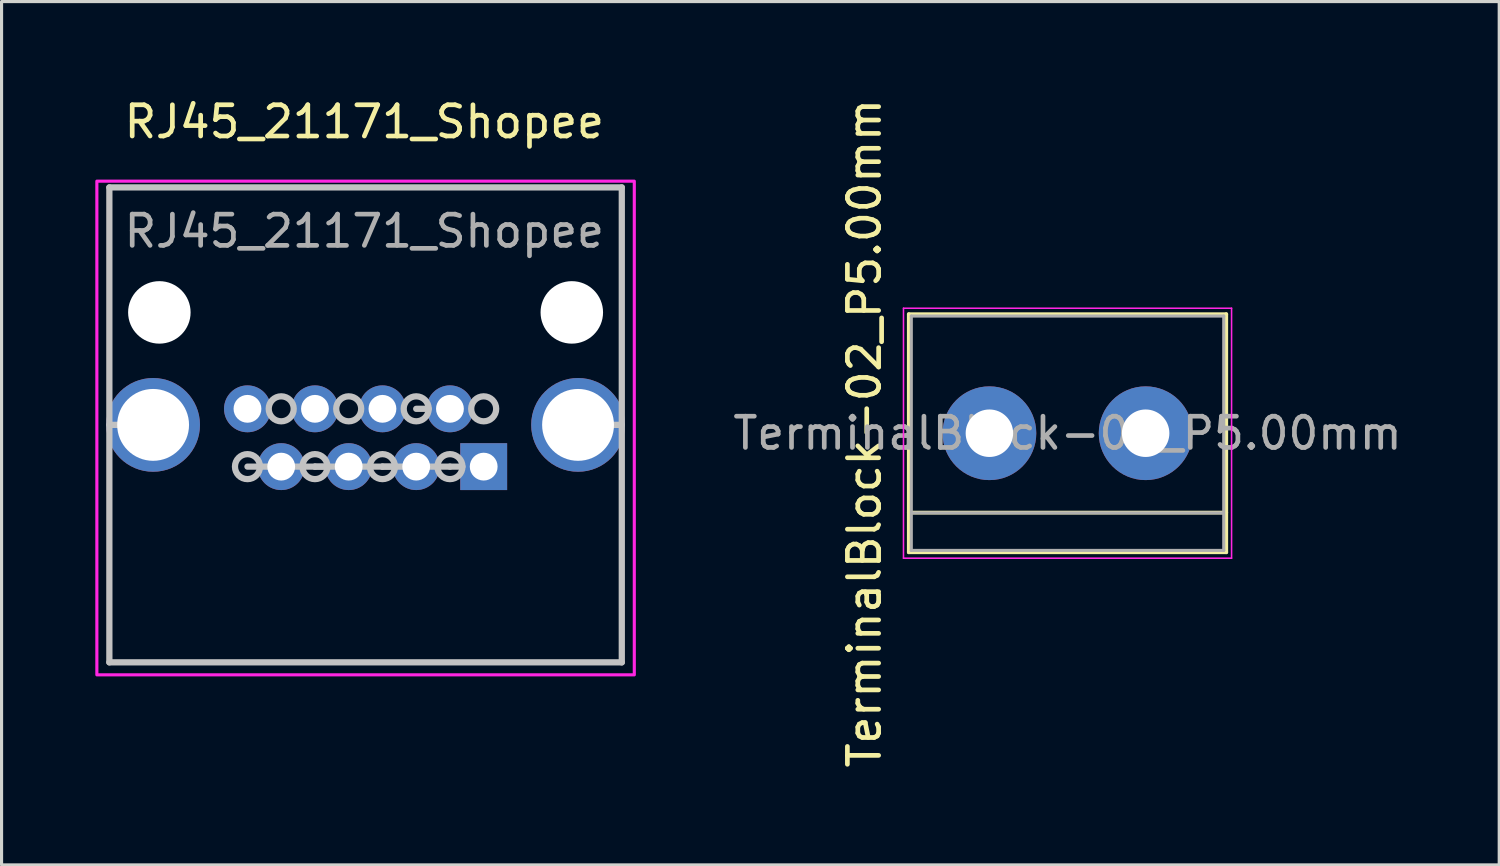
<source format=kicad_pcb>
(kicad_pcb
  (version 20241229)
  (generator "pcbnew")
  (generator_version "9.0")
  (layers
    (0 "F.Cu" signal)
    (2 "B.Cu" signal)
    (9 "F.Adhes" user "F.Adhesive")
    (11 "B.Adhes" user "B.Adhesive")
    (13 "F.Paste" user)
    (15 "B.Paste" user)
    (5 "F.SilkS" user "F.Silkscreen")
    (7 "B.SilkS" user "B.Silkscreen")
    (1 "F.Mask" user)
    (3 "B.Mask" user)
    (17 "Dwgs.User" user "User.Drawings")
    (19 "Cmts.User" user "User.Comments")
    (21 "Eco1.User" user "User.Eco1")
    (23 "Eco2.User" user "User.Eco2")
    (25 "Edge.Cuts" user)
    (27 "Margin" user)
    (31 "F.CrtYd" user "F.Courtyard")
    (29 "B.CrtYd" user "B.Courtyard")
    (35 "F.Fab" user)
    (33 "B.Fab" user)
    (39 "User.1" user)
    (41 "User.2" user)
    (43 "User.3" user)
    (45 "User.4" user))
  (footprint "TerminalBlock-02_P5.00mm"
    (layer "F.Cu")
    (at 31.115 10.815)
    (property "Reference" "TerminalBlock-02_P5.00mm" (at -6.5 0 270) (layer "F.SilkS") (effects (font (size 1 1) (thickness 0.15))))
    (attr through_hole)
    (fp_line (start -5.08 -3.81) (end -5.08 3.81) (stroke (width 0.12) (type solid)) (layer "F.SilkS"))
    (fp_line (start -5.08 3.81) (end 5.08 3.81) (stroke (width 0.12) (type solid)) (layer "F.SilkS"))
    (fp_line (start 5.08 -3.81) (end -5.08 -3.81) (stroke (width 0.12) (type solid)) (layer "F.SilkS"))
    (fp_line (start 5.08 2.54) (end -5.08 2.54) (stroke (width 0.12) (type solid)) (layer "F.SilkS"))
    (fp_line (start 5.08 3.81) (end 5.08 -3.81) (stroke (width 0.12) (type solid)) (layer "F.SilkS"))
    (fp_line (start -5.25 -4) (end -5.25 4) (stroke (width 0.05) (type solid)) (layer "F.CrtYd"))
    (fp_line (start -5.25 -4) (end 5.25 -4) (stroke (width 0.05) (type solid)) (layer "F.CrtYd"))
    (fp_line (start 5.25 4) (end -5.25 4) (stroke (width 0.05) (type solid)) (layer "F.CrtYd"))
    (fp_line (start 5.25 4) (end 5.25 -4) (stroke (width 0.05) (type solid)) (layer "F.CrtYd"))
    (fp_line (start -5 -3.75) (end -5 3.75) (stroke (width 0.1) (type solid)) (layer "F.Fab"))
    (fp_line (start -5 3.75) (end 5 3.75) (stroke (width 0.1) (type solid)) (layer "F.Fab"))
    (fp_line (start -4.95 2.55) (end 4.95 2.55) (stroke (width 0.1) (type solid)) (layer "F.Fab"))
    (fp_line (start 5 -3.75) (end -5 -3.75) (stroke (width 0.1) (type solid)) (layer "F.Fab"))
    (fp_line (start 5 3.75) (end 5 -3.75) (stroke (width 0.1) (type solid)) (layer "F.Fab"))
    (fp_text user "${REFERENCE}" (at 0 0 0) (layer "F.Fab") (effects (font (size 1 1) (thickness 0.15))))
    (pad "1" thru_hole circle (at -2.5 0) (size 3 3) (drill 1.52) (layers "*.Cu" "*.Mask"))
    (pad "2" thru_hole circle (at 2.5 0) (size 3 3) (drill 1.52) (layers "*.Cu" "*.Mask")))
  (footprint "RJ45_21171_Shopee"
    (layer "F.Cu")
    (at 5.05 10.348)
    (property "Reference" "RJ45_21171_Shopee" (at 3.56 -9.5 0) (layer "F.SilkS") (effects (font (size 1 1) (thickness 0.15))))
    (attr through_hole)
    (fp_line (start -4.6 -7.4) (end 11.8 -7.4) (stroke (width 0.1) (type default)) (layer "F.SilkS"))
    (fp_line (start -4.6 -1.2) (end -4.6 -7.4) (stroke (width 0.1) (type default)) (layer "F.SilkS"))
    (fp_line (start -4.6 7.8) (end -4.6 1.6) (stroke (width 0.1) (type default)) (layer "F.SilkS"))
    (fp_line (start 11.8 -7.4) (end 11.8 -1.2) (stroke (width 0.1) (type default)) (layer "F.SilkS"))
    (fp_line (start 11.8 1.6) (end 11.8 7.8) (stroke (width 0.1) (type default)) (layer "F.SilkS"))
    (fp_line (start 11.8 7.8) (end -4.6 7.8) (stroke (width 0.1) (type default)) (layer "F.SilkS"))
    (fp_line (start -4.6 -7.4) (end -4.6 7.8) (stroke (width 0.2) (type default)) (layer "Dwgs.User"))
    (fp_line (start -4.6 -7.4) (end 11.8 -7.4) (stroke (width 0.2) (type default)) (layer "Dwgs.User"))
    (fp_line (start -4.6 0.2) (end -3.835 0.2) (stroke (width 0.2) (type default)) (layer "Dwgs.User"))
    (fp_line (start -4.6 7.8) (end 11.8 7.8) (stroke (width 0.2) (type default)) (layer "Dwgs.User"))
    (fp_line (start -0.18 1.536) (end 1.98 1.536) (stroke (width 0.2) (type default)) (layer "Dwgs.User"))
    (fp_line (start 1.98 1.536) (end 4.14 1.536) (stroke (width 0.2) (type default)) (layer "Dwgs.User"))
    (fp_line (start 2.38 1.536) (end 1.98 1.536) (stroke (width 0.2) (type default)) (layer "Dwgs.User"))
    (fp_line (start 4.14 1.536) (end 6.3 1.536) (stroke (width 0.2) (type default)) (layer "Dwgs.User"))
    (fp_line (start 4.54 1.536) (end 4.14 1.536) (stroke (width 0.2) (type default)) (layer "Dwgs.User"))
    (fp_line (start 5.62 -0.314) (end 5.22 -0.314) (stroke (width 0.2) (type default)) (layer "Dwgs.User"))
    (fp_line (start 6.7 1.536) (end 6.3 1.536) (stroke (width 0.2) (type default)) (layer "Dwgs.User"))
    (fp_line (start 11.035 0.2) (end 11.8 0.2) (stroke (width 0.2) (type default)) (layer "Dwgs.User"))
    (fp_line (start 11.8 -7.4) (end 11.8 7.8) (stroke (width 0.2) (type default)) (layer "Dwgs.User"))
    (fp_circle (center -3.04 -3.4) (end -2.48 -3.4) (stroke (width 0.2) (type default)) (fill no) (layer "Dwgs.User"))
    (fp_circle (center -0.18 1.536) (end 0.22 1.536) (stroke (width 0.2) (type default)) (fill no) (layer "Dwgs.User"))
    (fp_circle (center 0.9 -0.314) (end 1.3 -0.314) (stroke (width 0.2) (type default)) (fill no) (layer "Dwgs.User"))
    (fp_circle (center 1.3 -0.314) (end 1.31 -0.314) (stroke (width 0.0001) (type default)) (fill no) (layer "Dwgs.User"))
    (fp_circle (center 1.98 1.536) (end 2.38 1.536) (stroke (width 0.2) (type default)) (fill no) (layer "Dwgs.User"))
    (fp_circle (center 2.66 -0.314) (end 2.67 -0.314) (stroke (width 0.0001) (type default)) (fill no) (layer "Dwgs.User"))
    (fp_circle (center 3.06 -0.314) (end 3.46 -0.314) (stroke (width 0.2) (type default)) (fill no) (layer "Dwgs.User"))
    (fp_circle (center 4.14 1.536) (end 4.54 1.536) (stroke (width 0.2) (type default)) (fill no) (layer "Dwgs.User"))
    (fp_circle (center 5.22 -0.314) (end 5.62 -0.314) (stroke (width 0.2) (type default)) (fill no) (layer "Dwgs.User"))
    (fp_circle (center 6.3 1.536) (end 6.7 1.536) (stroke (width 0.2) (type default)) (fill no) (layer "Dwgs.User"))
    (fp_circle (center 7.38 -0.314) (end 7.78 -0.314) (stroke (width 0.2) (type default)) (fill no) (layer "Dwgs.User"))
    (fp_circle (center 10.24 -3.4) (end 10.8 -3.4) (stroke (width 0.2) (type default)) (fill no) (layer "Dwgs.User"))
    (fp_rect (start -5 -7.6) (end 12.2 8.2) (stroke (width 0.1) (type default)) (fill no) (layer "F.CrtYd"))
    (fp_text user "${REFERENCE}" (at 3.56 -6 0) (layer "F.Fab") (effects (font (size 1 1) (thickness 0.15))))
    (pad "" np_thru_hole circle (at -3 -3.4) (size 2 2) (drill 2) (layers "*.Cu" "*.Mask"))
    (pad "" np_thru_hole circle (at 10.2 -3.4) (size 2 2) (drill 2) (layers "*.Cu" "*.Mask"))
    (pad "1" thru_hole rect (at 7.38 1.536) (size 1.5 1.5) (drill 0.89) (layers "*.Cu" "*.Mask"))
    (pad "2" thru_hole circle (at 6.3 -0.314) (size 1.5 1.5) (drill 0.89) (layers "*.Cu" "*.Mask"))
    (pad "3" thru_hole circle (at 5.22 1.536) (size 1.5 1.5) (drill 0.89) (layers "*.Cu" "*.Mask"))
    (pad "4" thru_hole circle (at 4.14 -0.314) (size 1.5 1.5) (drill 0.89) (layers "*.Cu" "*.Mask"))
    (pad "5" thru_hole circle (at 3.06 1.536) (size 1.5 1.5) (drill 0.89) (layers "*.Cu" "*.Mask"))
    (pad "6" thru_hole circle (at 1.98 -0.314) (size 1.5 1.5) (drill 0.89) (layers "*.Cu" "*.Mask"))
    (pad "7" thru_hole circle (at 0.9 1.536) (size 1.5 1.5) (drill 0.89) (layers "*.Cu" "*.Mask"))
    (pad "8" thru_hole circle (at -0.18 -0.314) (size 1.5 1.5) (drill 0.89) (layers "*.Cu" "*.Mask"))
    (pad "SH" thru_hole circle (at -3.2 0.2) (size 3 3) (drill 2.3) (layers "*.Cu" "*.Mask"))
    (pad "SH" thru_hole circle (at 10.4 0.2) (size 3 3) (drill 2.3) (layers "*.Cu" "*.Mask")))
  (gr_rect
    (start -3 -3)
    (end 44.931 24.631)
    (stroke (width 0.1) (type default))
    (fill no)
    (layer "Edge.Cuts")))
</source>
